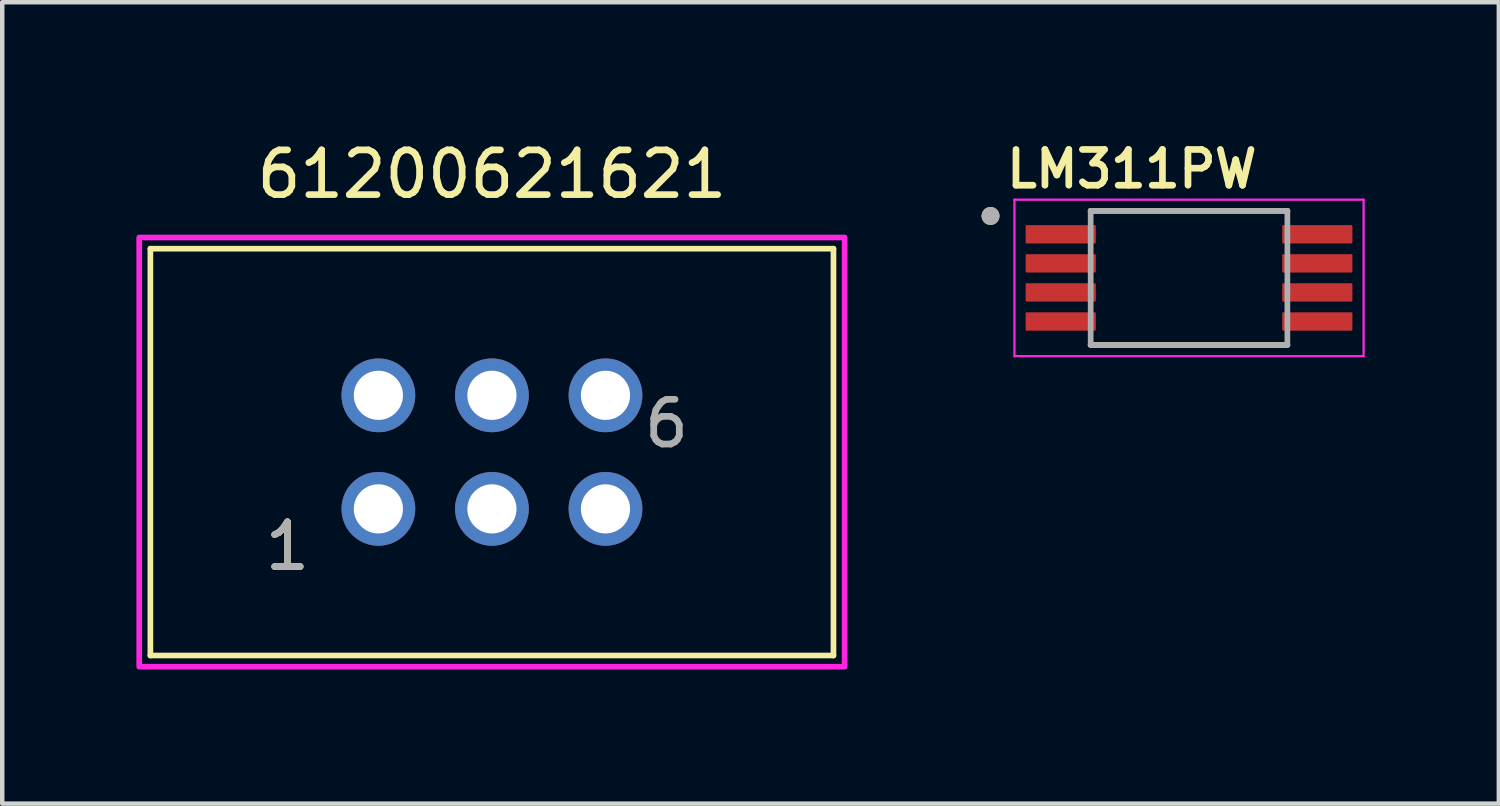
<source format=kicad_pcb>
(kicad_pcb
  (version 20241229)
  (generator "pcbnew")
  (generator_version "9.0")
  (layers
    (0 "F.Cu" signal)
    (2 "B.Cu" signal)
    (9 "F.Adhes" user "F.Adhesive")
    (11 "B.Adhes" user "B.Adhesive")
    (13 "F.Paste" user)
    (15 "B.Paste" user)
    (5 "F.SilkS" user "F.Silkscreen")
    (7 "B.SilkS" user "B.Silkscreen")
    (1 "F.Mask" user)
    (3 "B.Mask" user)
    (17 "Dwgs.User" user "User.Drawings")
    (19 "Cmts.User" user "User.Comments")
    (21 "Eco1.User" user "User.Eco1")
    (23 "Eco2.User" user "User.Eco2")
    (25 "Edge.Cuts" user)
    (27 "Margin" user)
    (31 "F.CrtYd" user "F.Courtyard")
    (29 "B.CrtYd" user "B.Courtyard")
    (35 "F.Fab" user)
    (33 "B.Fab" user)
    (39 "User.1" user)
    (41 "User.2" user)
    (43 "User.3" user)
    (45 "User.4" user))
  (footprint "61200621621"
    (layer "F.Cu")
    (at 7.954 7.063)
    (property "Reference" "61200621621" (at 0 -6.215 0) (layer "F.SilkS") (effects (font (size 1 1) (thickness 0.15))))
    (attr through_hole)
    (fp_line (start -7.64 -4.55) (end 7.64 -4.55) (stroke (width 0.127) (type solid)) (layer "F.SilkS"))
    (fp_line (start -7.64 4.55) (end -7.64 -4.55) (stroke (width 0.127) (type solid)) (layer "F.SilkS"))
    (fp_line (start 7.64 -4.55) (end 7.64 4.55) (stroke (width 0.127) (type solid)) (layer "F.SilkS"))
    (fp_line (start 7.64 4.55) (end -7.64 4.55) (stroke (width 0.127) (type solid)) (layer "F.SilkS"))
    (fp_poly (pts (xy -7.89 -4.8) (xy 7.89 -4.8) (xy 7.89 4.8) (xy -7.89 4.8)) (stroke (width 0.127) (type solid)) (fill no) (layer "F.CrtYd"))
    (fp_text user "1" (at -4.575 2.105 0) (layer "F.SilkS") (effects (font (size 1 1) (thickness 0.15))))
    (fp_text user "1" (at -4.575 2.105 0) (layer "F.Fab") (effects (font (size 1 1) (thickness 0.15))))
    (fp_text user "6" (at 3.905 -0.635 0) (layer "F.Fab") (effects (font (size 1 1) (thickness 0.15))))
    (pad "1" thru_hole circle (at -2.54 1.27) (size 1.65 1.65) (drill 1.1) (layers "*.Cu" "*.Mask"))
    (pad "2" thru_hole circle (at -2.54 -1.27) (size 1.65 1.65) (drill 1.1) (layers "*.Cu" "*.Mask"))
    (pad "3" thru_hole circle (at 0 1.27) (size 1.65 1.65) (drill 1.1) (layers "*.Cu" "*.Mask"))
    (pad "4" thru_hole circle (at 0 -1.27) (size 1.65 1.65) (drill 1.1) (layers "*.Cu" "*.Mask"))
    (pad "5" thru_hole circle (at 2.54 1.27) (size 1.65 1.65) (drill 1.1) (layers "*.Cu" "*.Mask"))
    (pad "6" thru_hole circle (at 2.54 -1.27) (size 1.65 1.65) (drill 1.1) (layers "*.Cu" "*.Mask")))
  (footprint "LM311PW"
    (layer "F.Cu")
    (at 23.547 3.166)
    (property "Reference" "LM311PW" (at -1.28 -2.435 0) (layer "F.SilkS") (effects (font (size 0.8 0.8) (thickness 0.15))))
    (attr through_hole)
    (fp_line (start -2.2 -1.5) (end 2.2 -1.5) (stroke (width 0.127) (type solid)) (layer "F.SilkS"))
    (fp_line (start -2.2 1.5) (end 2.2 1.5) (stroke (width 0.127) (type solid)) (layer "F.SilkS"))
    (fp_circle (center -4.44 -1.385) (end -4.34 -1.385) (stroke (width 0.2) (type solid)) (fill no) (layer "F.SilkS"))
    (fp_line (start -3.905 -1.75) (end -3.905 1.75) (stroke (width 0.05) (type solid)) (layer "F.CrtYd"))
    (fp_line (start -3.905 -1.75) (end 3.905 -1.75) (stroke (width 0.05) (type solid)) (layer "F.CrtYd"))
    (fp_line (start -3.905 1.75) (end 3.905 1.75) (stroke (width 0.05) (type solid)) (layer "F.CrtYd"))
    (fp_line (start 3.905 -1.75) (end 3.905 1.75) (stroke (width 0.05) (type solid)) (layer "F.CrtYd"))
    (fp_line (start -2.2 -1.5) (end -2.2 1.5) (stroke (width 0.127) (type solid)) (layer "F.Fab"))
    (fp_line (start -2.2 -1.5) (end 2.2 -1.5) (stroke (width 0.127) (type solid)) (layer "F.Fab"))
    (fp_line (start -2.2 1.5) (end 2.2 1.5) (stroke (width 0.127) (type solid)) (layer "F.Fab"))
    (fp_line (start 2.2 -1.5) (end 2.2 1.5) (stroke (width 0.127) (type solid)) (layer "F.Fab"))
    (fp_circle (center -4.44 -1.385) (end -4.34 -1.385) (stroke (width 0.2) (type solid)) (fill no) (layer "F.Fab"))
    (pad "1" smd roundrect (at -2.87 -0.975) (size 1.57 0.41) (layers "F.Cu" "F.Mask" "F.Paste") (roundrect_rratio 0.05))
    (pad "2" smd roundrect (at -2.87 -0.325) (size 1.57 0.41) (layers "F.Cu" "F.Mask" "F.Paste") (roundrect_rratio 0.05))
    (pad "3" smd roundrect (at -2.87 0.325) (size 1.57 0.41) (layers "F.Cu" "F.Mask" "F.Paste") (roundrect_rratio 0.05))
    (pad "4" smd roundrect (at -2.87 0.975) (size 1.57 0.41) (layers "F.Cu" "F.Mask" "F.Paste") (roundrect_rratio 0.05))
    (pad "5" smd roundrect (at 2.87 0.975) (size 1.57 0.41) (layers "F.Cu" "F.Mask" "F.Paste") (roundrect_rratio 0.05))
    (pad "6" smd roundrect (at 2.87 0.325) (size 1.57 0.41) (layers "F.Cu" "F.Mask" "F.Paste") (roundrect_rratio 0.05))
    (pad "7" smd roundrect (at 2.87 -0.325) (size 1.57 0.41) (layers "F.Cu" "F.Mask" "F.Paste") (roundrect_rratio 0.05))
    (pad "8" smd roundrect (at 2.87 -0.975) (size 1.57 0.41) (layers "F.Cu" "F.Mask" "F.Paste") (roundrect_rratio 0.05)))
  (gr_rect
    (start -3 -3)
    (end 30.477 14.927)
    (stroke (width 0.1) (type default))
    (fill no)
    (layer "Edge.Cuts")))
</source>
